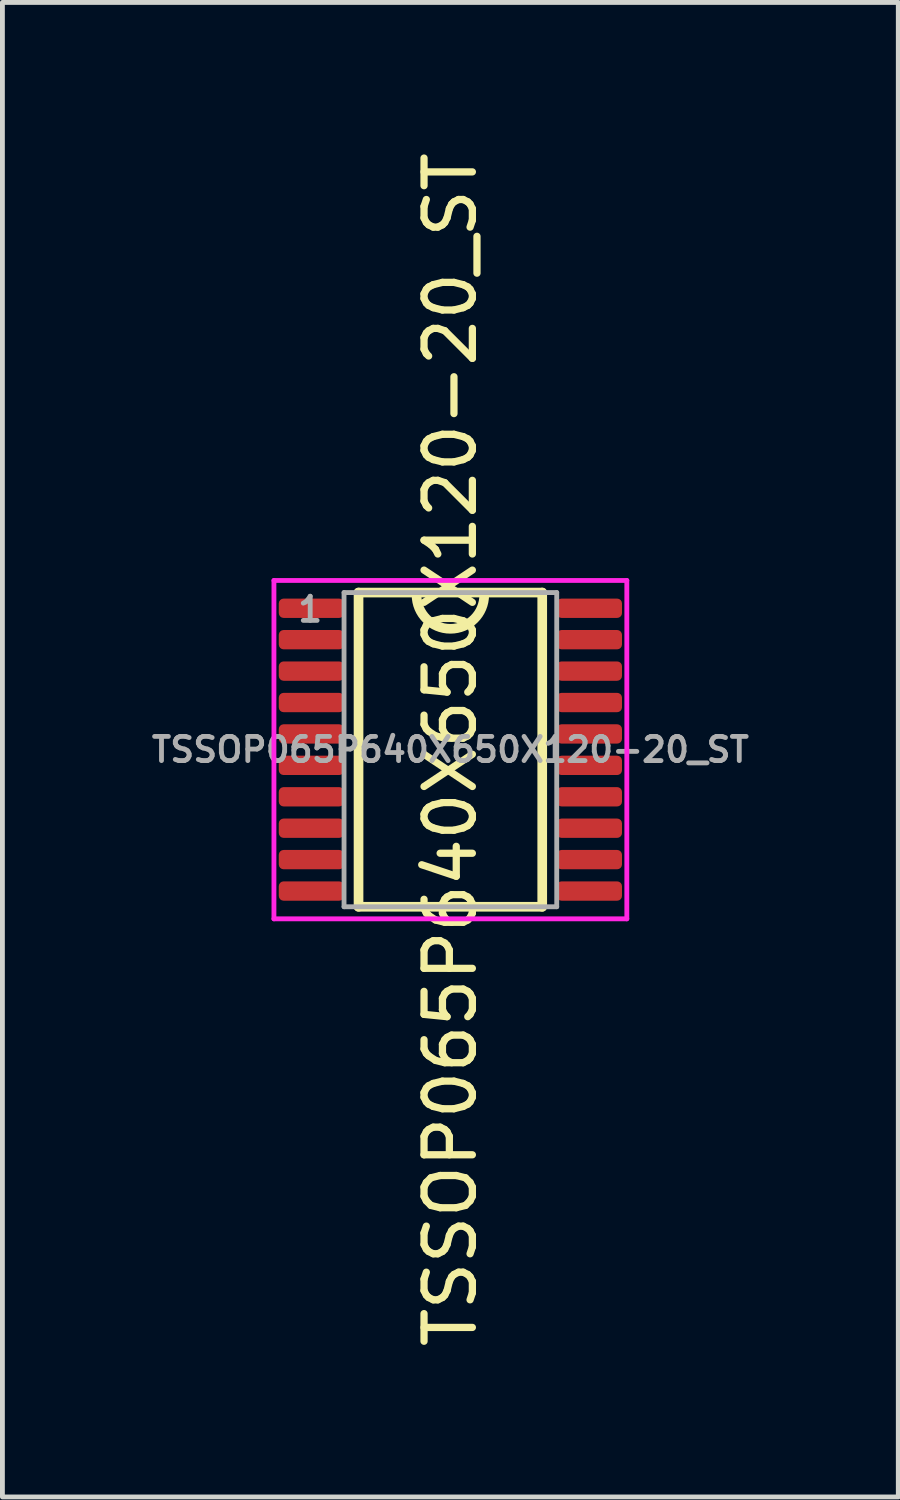
<source format=kicad_pcb>
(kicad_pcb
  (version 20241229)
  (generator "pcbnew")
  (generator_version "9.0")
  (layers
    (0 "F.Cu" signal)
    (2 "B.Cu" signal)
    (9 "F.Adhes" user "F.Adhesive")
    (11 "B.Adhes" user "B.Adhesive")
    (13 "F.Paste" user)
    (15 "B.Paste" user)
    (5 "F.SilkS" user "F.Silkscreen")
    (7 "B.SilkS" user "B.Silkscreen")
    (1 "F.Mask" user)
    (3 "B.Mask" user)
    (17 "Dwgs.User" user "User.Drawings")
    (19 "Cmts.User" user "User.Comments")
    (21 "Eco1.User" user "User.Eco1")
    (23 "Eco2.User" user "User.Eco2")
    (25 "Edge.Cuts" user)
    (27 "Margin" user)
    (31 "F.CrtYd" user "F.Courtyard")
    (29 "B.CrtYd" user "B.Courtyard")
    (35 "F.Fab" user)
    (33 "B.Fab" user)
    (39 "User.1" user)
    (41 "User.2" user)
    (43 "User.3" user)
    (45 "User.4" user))
  (footprint "TSSOP065P640X650X120-20_ST"
    (layer "F.Cu")
    (at 6.267 12.458)
    (property "Reference" "TSSOP065P640X650X120-20_ST" (at 0 0 180) (layer "F.Fab") (effects (font (size 0.5 0.5) (thickness 0.1))))
    (attr through_hole)
    (fp_line (start -1.9 -3.25) (end 1.9 -3.25) (stroke (width 0.2) (type solid)) (layer "F.SilkS"))
    (fp_line (start -1.9 3.25) (end -1.9 -3.25) (stroke (width 0.2) (type solid)) (layer "F.SilkS"))
    (fp_line (start 1.9 -3.25) (end 1.9 3.25) (stroke (width 0.2) (type solid)) (layer "F.SilkS"))
    (fp_line (start 1.9 3.25) (end -1.9 3.25) (stroke (width 0.2) (type solid)) (layer "F.SilkS"))
    (fp_arc (start 0.7 -3.2) (mid 0 -2.5) (end -0.7 -3.2) (stroke (width 0.2) (type solid)) (layer "F.SilkS"))
    (fp_line (start -3.65 -3.5) (end 3.65 -3.5) (stroke (width 0.1) (type solid)) (layer "F.CrtYd"))
    (fp_line (start -3.65 3.5) (end -3.65 -3.5) (stroke (width 0.1) (type solid)) (layer "F.CrtYd"))
    (fp_line (start 3.65 -3.5) (end 3.65 3.5) (stroke (width 0.1) (type solid)) (layer "F.CrtYd"))
    (fp_line (start 3.65 3.5) (end -3.65 3.5) (stroke (width 0.1) (type solid)) (layer "F.CrtYd"))
    (fp_line (start -2.2 -3.25) (end 2.2 -3.25) (stroke (width 0.1) (type solid)) (layer "F.Fab"))
    (fp_line (start -2.2 3.25) (end -2.2 -3.25) (stroke (width 0.1) (type solid)) (layer "F.Fab"))
    (fp_line (start 2.2 -3.25) (end 2.2 3.25) (stroke (width 0.1) (type solid)) (layer "F.Fab"))
    (fp_line (start 2.2 3.25) (end -2.2 3.25) (stroke (width 0.1) (type solid)) (layer "F.Fab"))
    (fp_text user "${REFERENCE}" (at 0 0 270) (layer "F.SilkS") (effects (font (size 1 1) (thickness 0.15))))
    (fp_text user "1" (at -2.9 -2.9 0) (layer "F.Fab") (effects (font (size 0.5 0.5) (thickness 0.1))))
    (pad "1" smd roundrect (at -2.875 -2.925) (size 1.35 0.4) (layers "F.Cu" "F.Mask" "F.Paste") (roundrect_rratio 0.25))
    (pad "2" smd roundrect (at -2.875 -2.275) (size 1.35 0.4) (layers "F.Cu" "F.Mask" "F.Paste") (roundrect_rratio 0.25))
    (pad "3" smd roundrect (at -2.875 -1.625) (size 1.35 0.4) (layers "F.Cu" "F.Mask" "F.Paste") (roundrect_rratio 0.25))
    (pad "4" smd roundrect (at -2.875 -0.975) (size 1.35 0.4) (layers "F.Cu" "F.Mask" "F.Paste") (roundrect_rratio 0.25))
    (pad "5" smd roundrect (at -2.875 -0.325) (size 1.35 0.4) (layers "F.Cu" "F.Mask" "F.Paste") (roundrect_rratio 0.25))
    (pad "6" smd roundrect (at -2.875 0.325) (size 1.35 0.4) (layers "F.Cu" "F.Mask" "F.Paste") (roundrect_rratio 0.25))
    (pad "7" smd roundrect (at -2.875 0.975) (size 1.35 0.4) (layers "F.Cu" "F.Mask" "F.Paste") (roundrect_rratio 0.25))
    (pad "8" smd roundrect (at -2.875 1.625) (size 1.35 0.4) (layers "F.Cu" "F.Mask" "F.Paste") (roundrect_rratio 0.25))
    (pad "9" smd roundrect (at -2.875 2.275) (size 1.35 0.4) (layers "F.Cu" "F.Mask" "F.Paste") (roundrect_rratio 0.25))
    (pad "10" smd roundrect (at -2.875 2.925) (size 1.35 0.4) (layers "F.Cu" "F.Mask" "F.Paste") (roundrect_rratio 0.25))
    (pad "11" smd roundrect (at 2.875 2.925) (size 1.35 0.4) (layers "F.Cu" "F.Mask" "F.Paste") (roundrect_rratio 0.25))
    (pad "12" smd roundrect (at 2.875 2.275) (size 1.35 0.4) (layers "F.Cu" "F.Mask" "F.Paste") (roundrect_rratio 0.25))
    (pad "13" smd roundrect (at 2.875 1.625) (size 1.35 0.4) (layers "F.Cu" "F.Mask" "F.Paste") (roundrect_rratio 0.25))
    (pad "14" smd roundrect (at 2.875 0.975) (size 1.35 0.4) (layers "F.Cu" "F.Mask" "F.Paste") (roundrect_rratio 0.25))
    (pad "15" smd roundrect (at 2.875 0.325) (size 1.35 0.4) (layers "F.Cu" "F.Mask" "F.Paste") (roundrect_rratio 0.25))
    (pad "16" smd roundrect (at 2.875 -0.325) (size 1.35 0.4) (layers "F.Cu" "F.Mask" "F.Paste") (roundrect_rratio 0.25))
    (pad "17" smd roundrect (at 2.875 -0.975) (size 1.35 0.4) (layers "F.Cu" "F.Mask" "F.Paste") (roundrect_rratio 0.25))
    (pad "18" smd roundrect (at 2.875 -1.625) (size 1.35 0.4) (layers "F.Cu" "F.Mask" "F.Paste") (roundrect_rratio 0.25))
    (pad "19" smd roundrect (at 2.875 -2.275) (size 1.35 0.4) (layers "F.Cu" "F.Mask" "F.Paste") (roundrect_rratio 0.25))
    (pad "20" smd roundrect (at 2.875 -2.925) (size 1.35 0.4) (layers "F.Cu" "F.Mask" "F.Paste") (roundrect_rratio 0.25)))
  (gr_rect
    (start -3 -3)
    (end 15.533 27.917)
    (stroke (width 0.1) (type default))
    (fill no)
    (layer "Edge.Cuts")))
</source>
